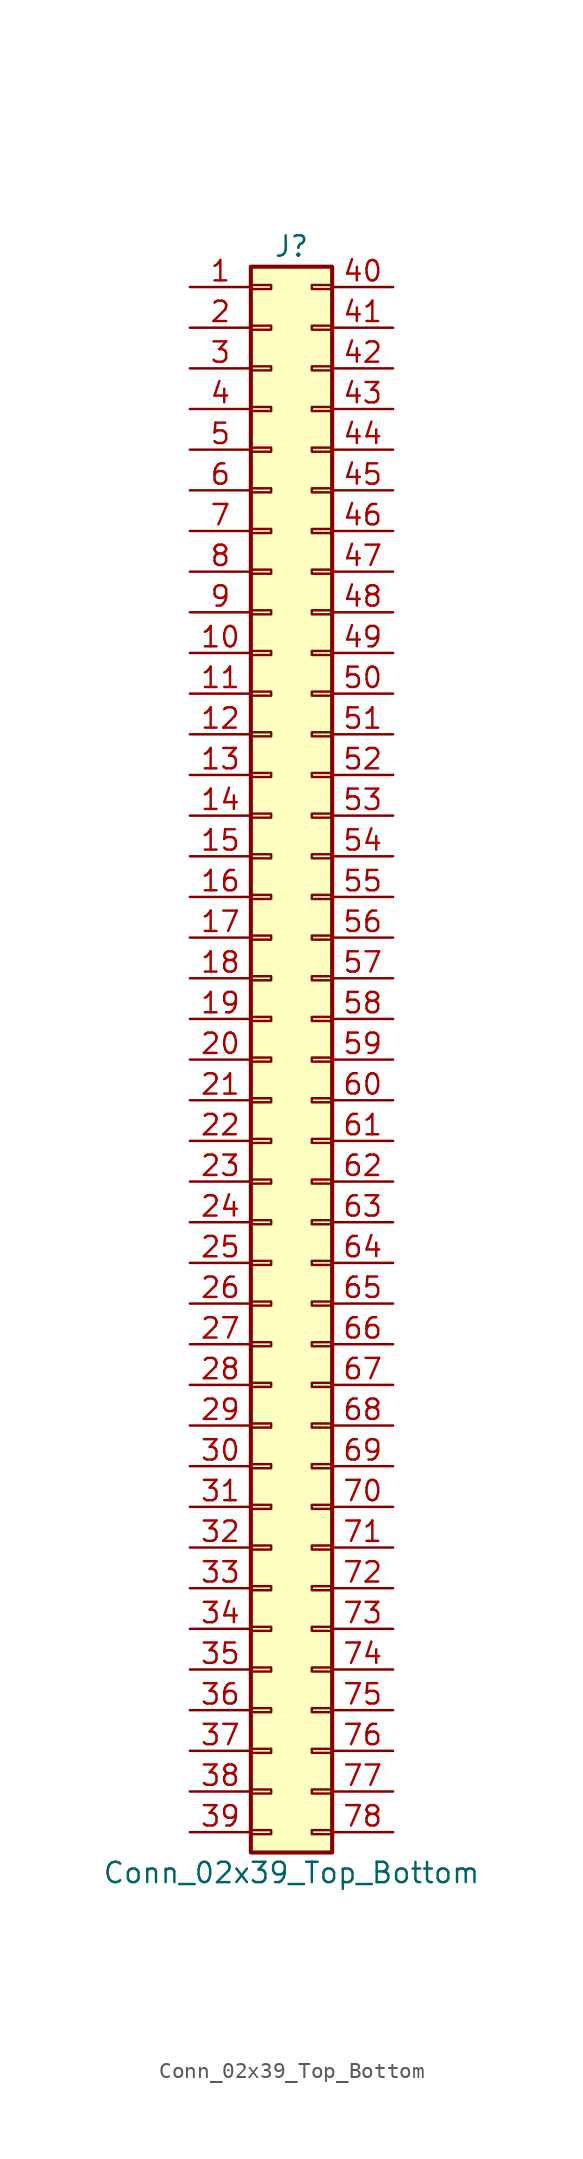
<source format=kicad_sym>
(kicad_symbol_lib
  (version 20201005)
  (generator kicad_symbol_editor)
  (symbol "Conn_02x39_Top_Bottom"
    (pin_names
      (offset 1.016) hide)
    (property "Reference" "J"
      (at 1.27 50.8 0)
      (effects (font (size 1.27 1.27))))
    (property "Value" "Conn_02x39_Top_Bottom"
      (at 1.27 -50.8 0)
      (effects (font (size 1.27 1.27))))
    (symbol "Conn_02x39_Top_Bottom_1_1"
      (rectangle (start -1.27 -48.133) (end 0 -48.387) (stroke (width 0.152)) (fill (type none)))
      (rectangle (start -1.27 -45.593) (end 0 -45.847) (stroke (width 0.152)) (fill (type none)))
      (rectangle (start -1.27 -43.053) (end 0 -43.307) (stroke (width 0.152)) (fill (type none)))
      (rectangle (start -1.27 -40.513) (end 0 -40.767) (stroke (width 0.152)) (fill (type none)))
      (rectangle (start -1.27 -37.973) (end 0 -38.227) (stroke (width 0.152)) (fill (type none)))
      (rectangle (start -1.27 -35.433) (end 0 -35.687) (stroke (width 0.152)) (fill (type none)))
      (rectangle (start -1.27 -32.893) (end 0 -33.147) (stroke (width 0.152)) (fill (type none)))
      (rectangle (start -1.27 -30.353) (end 0 -30.607) (stroke (width 0.152)) (fill (type none)))
      (rectangle (start -1.27 -27.813) (end 0 -28.067) (stroke (width 0.152)) (fill (type none)))
      (rectangle (start -1.27 -25.273) (end 0 -25.527) (stroke (width 0.152)) (fill (type none)))
      (rectangle (start -1.27 -22.733) (end 0 -22.987) (stroke (width 0.152)) (fill (type none)))
      (rectangle (start -1.27 -20.193) (end 0 -20.447) (stroke (width 0.152)) (fill (type none)))
      (rectangle (start -1.27 -17.653) (end 0 -17.907) (stroke (width 0.152)) (fill (type none)))
      (rectangle (start -1.27 -15.113) (end 0 -15.367) (stroke (width 0.152)) (fill (type none)))
      (rectangle (start -1.27 -12.573) (end 0 -12.827) (stroke (width 0.152)) (fill (type none)))
      (rectangle (start -1.27 -10.033) (end 0 -10.287) (stroke (width 0.152)) (fill (type none)))
      (rectangle (start -1.27 -7.493) (end 0 -7.747) (stroke (width 0.152)) (fill (type none)))
      (rectangle (start -1.27 -4.953) (end 0 -5.207) (stroke (width 0.152)) (fill (type none)))
      (rectangle (start -1.27 -2.413) (end 0 -2.667) (stroke (width 0.152)) (fill (type none)))
      (rectangle (start -1.27 0.127) (end 0 -0.127) (stroke (width 0.152)) (fill (type none)))
      (rectangle (start -1.27 2.667) (end 0 2.413) (stroke (width 0.152)) (fill (type none)))
      (rectangle (start -1.27 5.207) (end 0 4.953) (stroke (width 0.152)) (fill (type none)))
      (rectangle (start -1.27 7.747) (end 0 7.493) (stroke (width 0.152)) (fill (type none)))
      (rectangle (start -1.27 10.287) (end 0 10.033) (stroke (width 0.152)) (fill (type none)))
      (rectangle (start -1.27 12.827) (end 0 12.573) (stroke (width 0.152)) (fill (type none)))
      (rectangle (start -1.27 15.367) (end 0 15.113) (stroke (width 0.152)) (fill (type none)))
      (rectangle (start -1.27 17.907) (end 0 17.653) (stroke (width 0.152)) (fill (type none)))
      (rectangle (start -1.27 20.447) (end 0 20.193) (stroke (width 0.152)) (fill (type none)))
      (rectangle (start -1.27 22.987) (end 0 22.733) (stroke (width 0.152)) (fill (type none)))
      (rectangle (start -1.27 25.527) (end 0 25.273) (stroke (width 0.152)) (fill (type none)))
      (rectangle (start -1.27 28.067) (end 0 27.813) (stroke (width 0.152)) (fill (type none)))
      (rectangle (start -1.27 30.607) (end 0 30.353) (stroke (width 0.152)) (fill (type none)))
      (rectangle (start -1.27 33.147) (end 0 32.893) (stroke (width 0.152)) (fill (type none)))
      (rectangle (start -1.27 35.687) (end 0 35.433) (stroke (width 0.152)) (fill (type none)))
      (rectangle (start -1.27 38.227) (end 0 37.973) (stroke (width 0.152)) (fill (type none)))
      (rectangle (start -1.27 40.767) (end 0 40.513) (stroke (width 0.152)) (fill (type none)))
      (rectangle (start -1.27 43.307) (end 0 43.053) (stroke (width 0.152)) (fill (type none)))
      (rectangle (start -1.27 45.847) (end 0 45.593) (stroke (width 0.152)) (fill (type none)))
      (rectangle (start -1.27 48.387) (end 0 48.133) (stroke (width 0.152)) (fill (type none)))
      (rectangle (start -1.27 49.53) (end 3.81 -49.53) (stroke (width 0.254)) (fill (type background)))
      (rectangle (start 3.81 -48.133) (end 2.54 -48.387) (stroke (width 0.152)) (fill (type none)))
      (rectangle (start 3.81 -45.593) (end 2.54 -45.847) (stroke (width 0.152)) (fill (type none)))
      (rectangle (start 3.81 -43.053) (end 2.54 -43.307) (stroke (width 0.152)) (fill (type none)))
      (rectangle (start 3.81 -40.513) (end 2.54 -40.767) (stroke (width 0.152)) (fill (type none)))
      (rectangle (start 3.81 -37.973) (end 2.54 -38.227) (stroke (width 0.152)) (fill (type none)))
      (rectangle (start 3.81 -35.433) (end 2.54 -35.687) (stroke (width 0.152)) (fill (type none)))
      (rectangle (start 3.81 -32.893) (end 2.54 -33.147) (stroke (width 0.152)) (fill (type none)))
      (rectangle (start 3.81 -30.353) (end 2.54 -30.607) (stroke (width 0.152)) (fill (type none)))
      (rectangle (start 3.81 -27.813) (end 2.54 -28.067) (stroke (width 0.152)) (fill (type none)))
      (rectangle (start 3.81 -25.273) (end 2.54 -25.527) (stroke (width 0.152)) (fill (type none)))
      (rectangle (start 3.81 -22.733) (end 2.54 -22.987) (stroke (width 0.152)) (fill (type none)))
      (rectangle (start 3.81 -20.193) (end 2.54 -20.447) (stroke (width 0.152)) (fill (type none)))
      (rectangle (start 3.81 -17.653) (end 2.54 -17.907) (stroke (width 0.152)) (fill (type none)))
      (rectangle (start 3.81 -15.113) (end 2.54 -15.367) (stroke (width 0.152)) (fill (type none)))
      (rectangle (start 3.81 -12.573) (end 2.54 -12.827) (stroke (width 0.152)) (fill (type none)))
      (rectangle (start 3.81 -10.033) (end 2.54 -10.287) (stroke (width 0.152)) (fill (type none)))
      (rectangle (start 3.81 -7.493) (end 2.54 -7.747) (stroke (width 0.152)) (fill (type none)))
      (rectangle (start 3.81 -4.953) (end 2.54 -5.207) (stroke (width 0.152)) (fill (type none)))
      (rectangle (start 3.81 -2.413) (end 2.54 -2.667) (stroke (width 0.152)) (fill (type none)))
      (rectangle (start 3.81 0.127) (end 2.54 -0.127) (stroke (width 0.152)) (fill (type none)))
      (rectangle (start 3.81 2.667) (end 2.54 2.413) (stroke (width 0.152)) (fill (type none)))
      (rectangle (start 3.81 5.207) (end 2.54 4.953) (stroke (width 0.152)) (fill (type none)))
      (rectangle (start 3.81 7.747) (end 2.54 7.493) (stroke (width 0.152)) (fill (type none)))
      (rectangle (start 3.81 10.287) (end 2.54 10.033) (stroke (width 0.152)) (fill (type none)))
      (rectangle (start 3.81 12.827) (end 2.54 12.573) (stroke (width 0.152)) (fill (type none)))
      (rectangle (start 3.81 15.367) (end 2.54 15.113) (stroke (width 0.152)) (fill (type none)))
      (rectangle (start 3.81 17.907) (end 2.54 17.653) (stroke (width 0.152)) (fill (type none)))
      (rectangle (start 3.81 20.447) (end 2.54 20.193) (stroke (width 0.152)) (fill (type none)))
      (rectangle (start 3.81 22.987) (end 2.54 22.733) (stroke (width 0.152)) (fill (type none)))
      (rectangle (start 3.81 25.527) (end 2.54 25.273) (stroke (width 0.152)) (fill (type none)))
      (rectangle (start 3.81 28.067) (end 2.54 27.813) (stroke (width 0.152)) (fill (type none)))
      (rectangle (start 3.81 30.607) (end 2.54 30.353) (stroke (width 0.152)) (fill (type none)))
      (rectangle (start 3.81 33.147) (end 2.54 32.893) (stroke (width 0.152)) (fill (type none)))
      (rectangle (start 3.81 35.687) (end 2.54 35.433) (stroke (width 0.152)) (fill (type none)))
      (rectangle (start 3.81 38.227) (end 2.54 37.973) (stroke (width 0.152)) (fill (type none)))
      (rectangle (start 3.81 40.767) (end 2.54 40.513) (stroke (width 0.152)) (fill (type none)))
      (rectangle (start 3.81 43.307) (end 2.54 43.053) (stroke (width 0.152)) (fill (type none)))
      (rectangle (start 3.81 45.847) (end 2.54 45.593) (stroke (width 0.152)) (fill (type none)))
      (rectangle (start 3.81 48.387) (end 2.54 48.133) (stroke (width 0.152)) (fill (type none)))
      (pin passive line (at -5.08 48.26 0) (length 3.81) (name "Pin_1" (effects (font (size 1.27 1.27)))) (number "1" (effects (font (size 1.27 1.27)))))
      (pin passive line (at -5.08 25.4 0) (length 3.81) (name "Pin_10" (effects (font (size 1.27 1.27)))) (number "10" (effects (font (size 1.27 1.27)))))
      (pin passive line (at -5.08 22.86 0) (length 3.81) (name "Pin_11" (effects (font (size 1.27 1.27)))) (number "11" (effects (font (size 1.27 1.27)))))
      (pin passive line (at -5.08 20.32 0) (length 3.81) (name "Pin_12" (effects (font (size 1.27 1.27)))) (number "12" (effects (font (size 1.27 1.27)))))
      (pin passive line (at -5.08 17.78 0) (length 3.81) (name "Pin_13" (effects (font (size 1.27 1.27)))) (number "13" (effects (font (size 1.27 1.27)))))
      (pin passive line (at -5.08 15.24 0) (length 3.81) (name "Pin_14" (effects (font (size 1.27 1.27)))) (number "14" (effects (font (size 1.27 1.27)))))
      (pin passive line (at -5.08 12.7 0) (length 3.81) (name "Pin_15" (effects (font (size 1.27 1.27)))) (number "15" (effects (font (size 1.27 1.27)))))
      (pin passive line (at -5.08 10.16 0) (length 3.81) (name "Pin_16" (effects (font (size 1.27 1.27)))) (number "16" (effects (font (size 1.27 1.27)))))
      (pin passive line (at -5.08 7.62 0) (length 3.81) (name "Pin_17" (effects (font (size 1.27 1.27)))) (number "17" (effects (font (size 1.27 1.27)))))
      (pin passive line (at -5.08 5.08 0) (length 3.81) (name "Pin_18" (effects (font (size 1.27 1.27)))) (number "18" (effects (font (size 1.27 1.27)))))
      (pin passive line (at -5.08 2.54 0) (length 3.81) (name "Pin_19" (effects (font (size 1.27 1.27)))) (number "19" (effects (font (size 1.27 1.27)))))
      (pin passive line (at -5.08 45.72 0) (length 3.81) (name "Pin_2" (effects (font (size 1.27 1.27)))) (number "2" (effects (font (size 1.27 1.27)))))
      (pin passive line (at -5.08 0 0) (length 3.81) (name "Pin_20" (effects (font (size 1.27 1.27)))) (number "20" (effects (font (size 1.27 1.27)))))
      (pin passive line (at -5.08 -2.54 0) (length 3.81) (name "Pin_21" (effects (font (size 1.27 1.27)))) (number "21" (effects (font (size 1.27 1.27)))))
      (pin passive line (at -5.08 -5.08 0) (length 3.81) (name "Pin_22" (effects (font (size 1.27 1.27)))) (number "22" (effects (font (size 1.27 1.27)))))
      (pin passive line (at -5.08 -7.62 0) (length 3.81) (name "Pin_23" (effects (font (size 1.27 1.27)))) (number "23" (effects (font (size 1.27 1.27)))))
      (pin passive line (at -5.08 -10.16 0) (length 3.81) (name "Pin_24" (effects (font (size 1.27 1.27)))) (number "24" (effects (font (size 1.27 1.27)))))
      (pin passive line (at -5.08 -12.7 0) (length 3.81) (name "Pin_25" (effects (font (size 1.27 1.27)))) (number "25" (effects (font (size 1.27 1.27)))))
      (pin passive line (at -5.08 -15.24 0) (length 3.81) (name "Pin_26" (effects (font (size 1.27 1.27)))) (number "26" (effects (font (size 1.27 1.27)))))
      (pin passive line (at -5.08 -17.78 0) (length 3.81) (name "Pin_27" (effects (font (size 1.27 1.27)))) (number "27" (effects (font (size 1.27 1.27)))))
      (pin passive line (at -5.08 -20.32 0) (length 3.81) (name "Pin_28" (effects (font (size 1.27 1.27)))) (number "28" (effects (font (size 1.27 1.27)))))
      (pin passive line (at -5.08 -22.86 0) (length 3.81) (name "Pin_29" (effects (font (size 1.27 1.27)))) (number "29" (effects (font (size 1.27 1.27)))))
      (pin passive line (at -5.08 43.18 0) (length 3.81) (name "Pin_3" (effects (font (size 1.27 1.27)))) (number "3" (effects (font (size 1.27 1.27)))))
      (pin passive line (at -5.08 -25.4 0) (length 3.81) (name "Pin_30" (effects (font (size 1.27 1.27)))) (number "30" (effects (font (size 1.27 1.27)))))
      (pin passive line (at -5.08 -27.94 0) (length 3.81) (name "Pin_31" (effects (font (size 1.27 1.27)))) (number "31" (effects (font (size 1.27 1.27)))))
      (pin passive line (at -5.08 -30.48 0) (length 3.81) (name "Pin_32" (effects (font (size 1.27 1.27)))) (number "32" (effects (font (size 1.27 1.27)))))
      (pin passive line (at -5.08 -33.02 0) (length 3.81) (name "Pin_33" (effects (font (size 1.27 1.27)))) (number "33" (effects (font (size 1.27 1.27)))))
      (pin passive line (at -5.08 -35.56 0) (length 3.81) (name "Pin_34" (effects (font (size 1.27 1.27)))) (number "34" (effects (font (size 1.27 1.27)))))
      (pin passive line (at -5.08 -38.1 0) (length 3.81) (name "Pin_35" (effects (font (size 1.27 1.27)))) (number "35" (effects (font (size 1.27 1.27)))))
      (pin passive line (at -5.08 -40.64 0) (length 3.81) (name "Pin_36" (effects (font (size 1.27 1.27)))) (number "36" (effects (font (size 1.27 1.27)))))
      (pin passive line (at -5.08 -43.18 0) (length 3.81) (name "Pin_37" (effects (font (size 1.27 1.27)))) (number "37" (effects (font (size 1.27 1.27)))))
      (pin passive line (at -5.08 -45.72 0) (length 3.81) (name "Pin_38" (effects (font (size 1.27 1.27)))) (number "38" (effects (font (size 1.27 1.27)))))
      (pin passive line (at -5.08 -48.26 0) (length 3.81) (name "Pin_39" (effects (font (size 1.27 1.27)))) (number "39" (effects (font (size 1.27 1.27)))))
      (pin passive line (at -5.08 40.64 0) (length 3.81) (name "Pin_4" (effects (font (size 1.27 1.27)))) (number "4" (effects (font (size 1.27 1.27)))))
      (pin passive line (at 7.62 48.26 180) (length 3.81) (name "Pin_40" (effects (font (size 1.27 1.27)))) (number "40" (effects (font (size 1.27 1.27)))))
      (pin passive line (at 7.62 45.72 180) (length 3.81) (name "Pin_41" (effects (font (size 1.27 1.27)))) (number "41" (effects (font (size 1.27 1.27)))))
      (pin passive line (at 7.62 43.18 180) (length 3.81) (name "Pin_42" (effects (font (size 1.27 1.27)))) (number "42" (effects (font (size 1.27 1.27)))))
      (pin passive line (at 7.62 40.64 180) (length 3.81) (name "Pin_43" (effects (font (size 1.27 1.27)))) (number "43" (effects (font (size 1.27 1.27)))))
      (pin passive line (at 7.62 38.1 180) (length 3.81) (name "Pin_44" (effects (font (size 1.27 1.27)))) (number "44" (effects (font (size 1.27 1.27)))))
      (pin passive line (at 7.62 35.56 180) (length 3.81) (name "Pin_45" (effects (font (size 1.27 1.27)))) (number "45" (effects (font (size 1.27 1.27)))))
      (pin passive line (at 7.62 33.02 180) (length 3.81) (name "Pin_46" (effects (font (size 1.27 1.27)))) (number "46" (effects (font (size 1.27 1.27)))))
      (pin passive line (at 7.62 30.48 180) (length 3.81) (name "Pin_47" (effects (font (size 1.27 1.27)))) (number "47" (effects (font (size 1.27 1.27)))))
      (pin passive line (at 7.62 27.94 180) (length 3.81) (name "Pin_48" (effects (font (size 1.27 1.27)))) (number "48" (effects (font (size 1.27 1.27)))))
      (pin passive line (at 7.62 25.4 180) (length 3.81) (name "Pin_49" (effects (font (size 1.27 1.27)))) (number "49" (effects (font (size 1.27 1.27)))))
      (pin passive line (at -5.08 38.1 0) (length 3.81) (name "Pin_5" (effects (font (size 1.27 1.27)))) (number "5" (effects (font (size 1.27 1.27)))))
      (pin passive line (at 7.62 22.86 180) (length 3.81) (name "Pin_50" (effects (font (size 1.27 1.27)))) (number "50" (effects (font (size 1.27 1.27)))))
      (pin passive line (at 7.62 20.32 180) (length 3.81) (name "Pin_51" (effects (font (size 1.27 1.27)))) (number "51" (effects (font (size 1.27 1.27)))))
      (pin passive line (at 7.62 17.78 180) (length 3.81) (name "Pin_52" (effects (font (size 1.27 1.27)))) (number "52" (effects (font (size 1.27 1.27)))))
      (pin passive line (at 7.62 15.24 180) (length 3.81) (name "Pin_53" (effects (font (size 1.27 1.27)))) (number "53" (effects (font (size 1.27 1.27)))))
      (pin passive line (at 7.62 12.7 180) (length 3.81) (name "Pin_54" (effects (font (size 1.27 1.27)))) (number "54" (effects (font (size 1.27 1.27)))))
      (pin passive line (at 7.62 10.16 180) (length 3.81) (name "Pin_55" (effects (font (size 1.27 1.27)))) (number "55" (effects (font (size 1.27 1.27)))))
      (pin passive line (at 7.62 7.62 180) (length 3.81) (name "Pin_56" (effects (font (size 1.27 1.27)))) (number "56" (effects (font (size 1.27 1.27)))))
      (pin passive line (at 7.62 5.08 180) (length 3.81) (name "Pin_57" (effects (font (size 1.27 1.27)))) (number "57" (effects (font (size 1.27 1.27)))))
      (pin passive line (at 7.62 2.54 180) (length 3.81) (name "Pin_58" (effects (font (size 1.27 1.27)))) (number "58" (effects (font (size 1.27 1.27)))))
      (pin passive line (at 7.62 0 180) (length 3.81) (name "Pin_59" (effects (font (size 1.27 1.27)))) (number "59" (effects (font (size 1.27 1.27)))))
      (pin passive line (at -5.08 35.56 0) (length 3.81) (name "Pin_6" (effects (font (size 1.27 1.27)))) (number "6" (effects (font (size 1.27 1.27)))))
      (pin passive line (at 7.62 -2.54 180) (length 3.81) (name "Pin_60" (effects (font (size 1.27 1.27)))) (number "60" (effects (font (size 1.27 1.27)))))
      (pin passive line (at 7.62 -5.08 180) (length 3.81) (name "Pin_61" (effects (font (size 1.27 1.27)))) (number "61" (effects (font (size 1.27 1.27)))))
      (pin passive line (at 7.62 -7.62 180) (length 3.81) (name "Pin_62" (effects (font (size 1.27 1.27)))) (number "62" (effects (font (size 1.27 1.27)))))
      (pin passive line (at 7.62 -10.16 180) (length 3.81) (name "Pin_63" (effects (font (size 1.27 1.27)))) (number "63" (effects (font (size 1.27 1.27)))))
      (pin passive line (at 7.62 -12.7 180) (length 3.81) (name "Pin_64" (effects (font (size 1.27 1.27)))) (number "64" (effects (font (size 1.27 1.27)))))
      (pin passive line (at 7.62 -15.24 180) (length 3.81) (name "Pin_65" (effects (font (size 1.27 1.27)))) (number "65" (effects (font (size 1.27 1.27)))))
      (pin passive line (at 7.62 -17.78 180) (length 3.81) (name "Pin_66" (effects (font (size 1.27 1.27)))) (number "66" (effects (font (size 1.27 1.27)))))
      (pin passive line (at 7.62 -20.32 180) (length 3.81) (name "Pin_67" (effects (font (size 1.27 1.27)))) (number "67" (effects (font (size 1.27 1.27)))))
      (pin passive line (at 7.62 -22.86 180) (length 3.81) (name "Pin_68" (effects (font (size 1.27 1.27)))) (number "68" (effects (font (size 1.27 1.27)))))
      (pin passive line (at 7.62 -25.4 180) (length 3.81) (name "Pin_69" (effects (font (size 1.27 1.27)))) (number "69" (effects (font (size 1.27 1.27)))))
      (pin passive line (at -5.08 33.02 0) (length 3.81) (name "Pin_7" (effects (font (size 1.27 1.27)))) (number "7" (effects (font (size 1.27 1.27)))))
      (pin passive line (at 7.62 -27.94 180) (length 3.81) (name "Pin_70" (effects (font (size 1.27 1.27)))) (number "70" (effects (font (size 1.27 1.27)))))
      (pin passive line (at 7.62 -30.48 180) (length 3.81) (name "Pin_71" (effects (font (size 1.27 1.27)))) (number "71" (effects (font (size 1.27 1.27)))))
      (pin passive line (at 7.62 -33.02 180) (length 3.81) (name "Pin_72" (effects (font (size 1.27 1.27)))) (number "72" (effects (font (size 1.27 1.27)))))
      (pin passive line (at 7.62 -35.56 180) (length 3.81) (name "Pin_73" (effects (font (size 1.27 1.27)))) (number "73" (effects (font (size 1.27 1.27)))))
      (pin passive line (at 7.62 -38.1 180) (length 3.81) (name "Pin_74" (effects (font (size 1.27 1.27)))) (number "74" (effects (font (size 1.27 1.27)))))
      (pin passive line (at 7.62 -40.64 180) (length 3.81) (name "Pin_75" (effects (font (size 1.27 1.27)))) (number "75" (effects (font (size 1.27 1.27)))))
      (pin passive line (at 7.62 -43.18 180) (length 3.81) (name "Pin_76" (effects (font (size 1.27 1.27)))) (number "76" (effects (font (size 1.27 1.27)))))
      (pin passive line (at 7.62 -45.72 180) (length 3.81) (name "Pin_77" (effects (font (size 1.27 1.27)))) (number "77" (effects (font (size 1.27 1.27)))))
      (pin passive line (at 7.62 -48.26 180) (length 3.81) (name "Pin_78" (effects (font (size 1.27 1.27)))) (number "78" (effects (font (size 1.27 1.27)))))
      (pin passive line (at -5.08 30.48 0) (length 3.81) (name "Pin_8" (effects (font (size 1.27 1.27)))) (number "8" (effects (font (size 1.27 1.27)))))
      (pin passive line (at -5.08 27.94 0) (length 3.81) (name "Pin_9" (effects (font (size 1.27 1.27)))) (number "9" (effects (font (size 1.27 1.27))))))))
</source>
